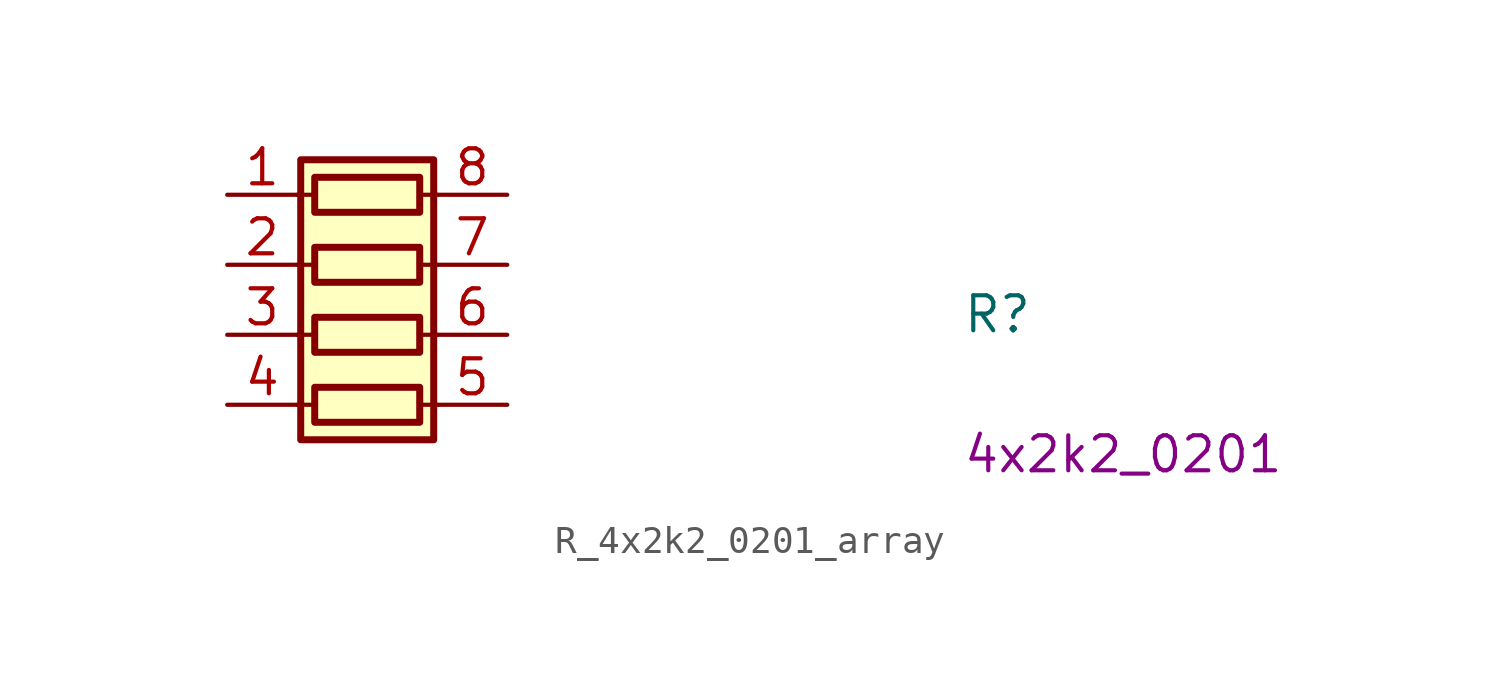
<source format=kicad_sym>
(kicad_symbol_lib
  (version 20220914)
  (generator kicad_symbol_editor)
  (symbol "R_4x2k2_0201_array"
    (pin_names hide)
    (property "Reference" "R"
      (at 26.67 -5.08 0)
      (effects (font (size 1.27 1.27) (thickness 0.15)) (justify left bottom)))
    (property "Val" "4x2k2_0201"
      (at 26.67 -10.16 0)
      (effects (font (size 1.27 1.27) (thickness 0.15)) (justify left bottom)))
    (symbol "R_4x2k2_0201_array_0_1"
      (polyline (pts (xy 2.54 -7.62) (xy 3.175 -7.62)) (stroke (width 0) (type default)) (fill (type none)))
      (polyline (pts (xy 2.54 -5.08) (xy 3.175 -5.08)) (stroke (width 0) (type default)) (fill (type none)))
      (polyline (pts (xy 2.54 -2.54) (xy 3.175 -2.54)) (stroke (width 0) (type default)) (fill (type none)))
      (polyline (pts (xy 2.54 0) (xy 3.175 0)) (stroke (width 0) (type default)) (fill (type none)))
      (polyline (pts (xy 6.985 -7.62) (xy 7.62 -7.62)) (stroke (width 0) (type default)) (fill (type none)))
      (polyline (pts (xy 6.985 -5.08) (xy 7.62 -5.08)) (stroke (width 0) (type default)) (fill (type none)))
      (polyline (pts (xy 6.985 -2.54) (xy 7.62 -2.54)) (stroke (width 0) (type default)) (fill (type none)))
      (polyline (pts (xy 6.985 0) (xy 7.62 0)) (stroke (width 0) (type default)) (fill (type none)))
      (rectangle (start 2.667 1.27) (end 7.493 -8.89) (stroke (width 0.254) (type default)) (fill (type background)))
      (rectangle (start 6.985 -6.985) (end 3.175 -8.255) (stroke (width 0.254) (type default)) (fill (type none)))
      (rectangle (start 6.985 -4.445) (end 3.175 -5.715) (stroke (width 0.254) (type default)) (fill (type none)))
      (rectangle (start 6.985 -1.905) (end 3.175 -3.175) (stroke (width 0.254) (type default)) (fill (type none)))
      (rectangle (start 6.985 0.635) (end 3.175 -0.635) (stroke (width 0.254) (type default)) (fill (type none))))
    (symbol "R_4x2k2_0201_array_1_1"
      (pin passive line (at 0 0 0) (length 2.54) (name "R1.1" (effects (font (size 1.27 1.27)))) (number "1" (effects (font (size 1.27 1.27)))))
      (pin passive line (at 0 -2.54 0) (length 2.54) (name "R2.1" (effects (font (size 1.27 1.27)))) (number "2" (effects (font (size 1.27 1.27)))))
      (pin passive line (at 0 -5.08 0) (length 2.54) (name "R3.1" (effects (font (size 1.27 1.27)))) (number "3" (effects (font (size 1.27 1.27)))))
      (pin passive line (at 0 -7.62 0) (length 2.54) (name "R4.1" (effects (font (size 1.27 1.27)))) (number "4" (effects (font (size 1.27 1.27)))))
      (pin passive line (at 10.16 -7.62 180) (length 2.54) (name "R4.2" (effects (font (size 1.27 1.27)))) (number "5" (effects (font (size 1.27 1.27)))))
      (pin passive line (at 10.16 -5.08 180) (length 2.54) (name "R3.2" (effects (font (size 1.27 1.27)))) (number "6" (effects (font (size 1.27 1.27)))))
      (pin passive line (at 10.16 -2.54 180) (length 2.54) (name "R2.2" (effects (font (size 1.27 1.27)))) (number "7" (effects (font (size 1.27 1.27)))))
      (pin passive line (at 10.16 0 180) (length 2.54) (name "R1.2" (effects (font (size 1.27 1.27)))) (number "8" (effects (font (size 1.27 1.27))))))))
</source>
